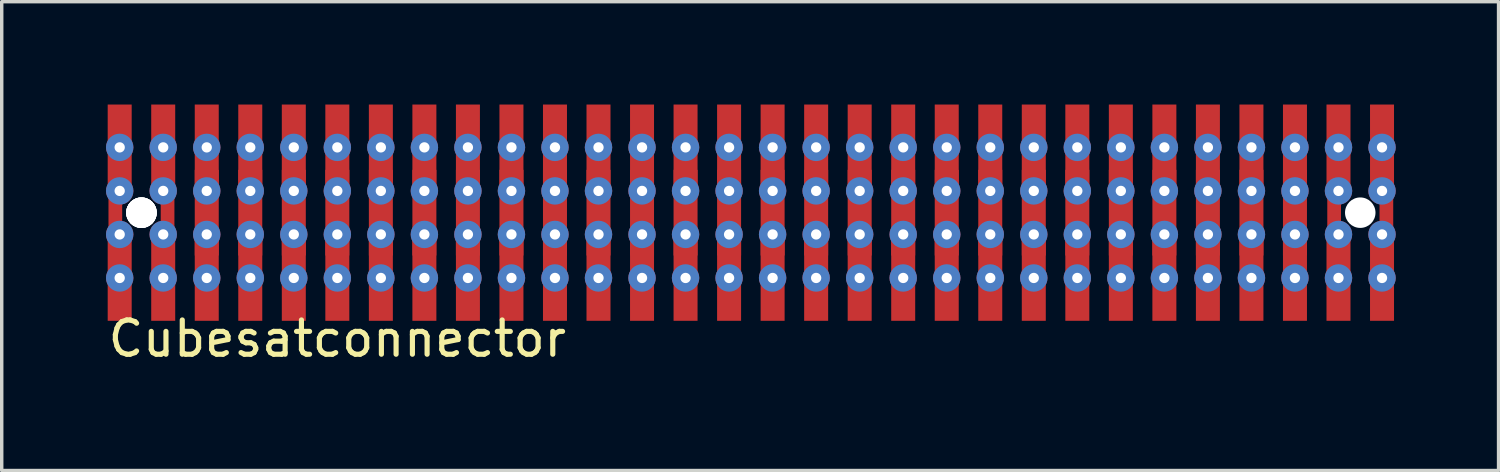
<source format=kicad_pcb>
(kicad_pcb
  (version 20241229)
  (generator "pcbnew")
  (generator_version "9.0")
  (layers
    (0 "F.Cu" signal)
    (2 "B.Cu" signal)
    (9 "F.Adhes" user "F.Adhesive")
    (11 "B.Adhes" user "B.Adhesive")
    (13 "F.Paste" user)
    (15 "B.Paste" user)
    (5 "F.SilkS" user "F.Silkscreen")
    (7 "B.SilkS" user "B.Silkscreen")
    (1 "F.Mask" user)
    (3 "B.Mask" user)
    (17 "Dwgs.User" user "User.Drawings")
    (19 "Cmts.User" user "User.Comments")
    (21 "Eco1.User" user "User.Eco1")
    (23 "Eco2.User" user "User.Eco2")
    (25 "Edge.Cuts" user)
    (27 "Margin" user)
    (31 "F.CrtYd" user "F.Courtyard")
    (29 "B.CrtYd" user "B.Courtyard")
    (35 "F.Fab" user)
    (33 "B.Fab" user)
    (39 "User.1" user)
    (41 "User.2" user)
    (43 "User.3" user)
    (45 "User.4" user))
  (footprint "Cubesatconnector"
    (layer "F.Cu")
    (at 18.857 3.028)
    (property "Reference" "Cubesatconnector" (at -12.065 3.802 0) (layer "F.SilkS") (effects (font (size 1 1) (thickness 0.15))))
    (attr through_hole)
    (pad "" np_thru_hole circle (at -17.78 0.127) (size 0.889 0.889) (drill 0.889) (layers "*.Cu" "*.Mask"))
    (pad "" np_thru_hole circle (at -17.78 0.127) (size 0.889 0.889) (drill 0.889) (layers "*.Cu" "*.Mask"))
    (pad "" np_thru_hole circle (at -17.78 0.127) (size 0.889 0.889) (drill 0.889) (layers "*.Cu" "*.Mask"))
    (pad "" np_thru_hole circle (at -17.78 0.127) (size 0.889 0.889) (drill 0.889) (layers "*.Cu" "*.Mask"))
    (pad "" np_thru_hole circle (at 17.78 0.127) (size 0.889 0.889) (drill 0.889) (layers "*.Cu" "*.Mask"))
    (pad "1" smd rect (at -18.542 0.127) (size 0.4 2.5) (layers "F.Cu" "F.Mask" "F.Paste"))
    (pad "1" smd rect (at -18.415 -1.778) (size 0.7 2.5) (layers "F.Cu" "F.Mask" "F.Paste"))
    (pad "1" thru_hole circle (at -18.415 -1.778) (size 0.8 0.8) (drill 0.3) (layers "*.Cu" "*.Mask"))
    (pad "1" thru_hole circle (at -18.415 -0.508) (size 0.8 0.8) (drill 0.3) (layers "*.Cu" "*.Mask"))
    (pad "1" thru_hole circle (at -18.415 0.762) (size 0.8 0.8) (drill 0.3) (layers "*.Cu" "*.Mask"))
    (pad "1" smd rect (at -18.415 2.032) (size 0.7 2.5) (layers "F.Cu" "F.Mask" "F.Paste"))
    (pad "1" thru_hole circle (at -18.415 2.032) (size 0.8 0.8) (drill 0.3) (layers "*.Cu" "*.Mask"))
    (pad "2" smd rect (at -17.145 -1.778) (size 0.7 2.5) (layers "F.Cu" "F.Mask" "F.Paste"))
    (pad "2" thru_hole circle (at -17.145 -1.778) (size 0.8 0.8) (drill 0.3) (layers "*.Cu" "*.Mask"))
    (pad "2" thru_hole circle (at -17.145 -0.508) (size 0.8 0.8) (drill 0.3) (layers "*.Cu" "*.Mask"))
    (pad "2" thru_hole circle (at -17.145 0.762) (size 0.8 0.8) (drill 0.3) (layers "*.Cu" "*.Mask"))
    (pad "2" smd rect (at -17.145 2.032) (size 0.7 2.5) (layers "F.Cu" "F.Mask" "F.Paste"))
    (pad "2" thru_hole circle (at -17.145 2.032) (size 0.8 0.8) (drill 0.3) (layers "*.Cu" "*.Mask"))
    (pad "2" smd rect (at -17.018 0.254) (size 0.4 2.5) (layers "F.Cu" "F.Mask" "F.Paste"))
    (pad "3" smd rect (at -15.875 -1.778) (size 0.7 2.5) (layers "F.Cu" "F.Mask" "F.Paste"))
    (pad "3" thru_hole circle (at -15.875 -1.778) (size 0.8 0.8) (drill 0.3) (layers "*.Cu" "*.Mask"))
    (pad "3" thru_hole circle (at -15.875 -0.508) (size 0.8 0.8) (drill 0.3) (layers "*.Cu" "*.Mask"))
    (pad "3" smd rect (at -15.875 0.127) (size 0.7 2.5) (layers "F.Cu" "F.Mask" "F.Paste"))
    (pad "3" thru_hole circle (at -15.875 0.762) (size 0.8 0.8) (drill 0.3) (layers "*.Cu" "*.Mask"))
    (pad "3" smd rect (at -15.875 2.032) (size 0.7 2.5) (layers "F.Cu" "F.Mask" "F.Paste"))
    (pad "3" thru_hole circle (at -15.875 2.032) (size 0.8 0.8) (drill 0.3) (layers "*.Cu" "*.Mask"))
    (pad "4" smd rect (at -14.605 -1.778) (size 0.7 2.5) (layers "F.Cu" "F.Mask" "F.Paste"))
    (pad "4" thru_hole circle (at -14.605 -1.778) (size 0.8 0.8) (drill 0.3) (layers "*.Cu" "*.Mask"))
    (pad "4" thru_hole circle (at -14.605 -0.508) (size 0.8 0.8) (drill 0.3) (layers "*.Cu" "*.Mask"))
    (pad "4" smd rect (at -14.605 0.127) (size 0.7 2.5) (layers "F.Cu" "F.Mask" "F.Paste"))
    (pad "4" thru_hole circle (at -14.605 0.762) (size 0.8 0.8) (drill 0.3) (layers "*.Cu" "*.Mask"))
    (pad "4" smd rect (at -14.605 2.032) (size 0.7 2.5) (layers "F.Cu" "F.Mask" "F.Paste"))
    (pad "4" thru_hole circle (at -14.605 2.032) (size 0.8 0.8) (drill 0.3) (layers "*.Cu" "*.Mask"))
    (pad "5" smd rect (at -13.335 -1.778) (size 0.7 2.5) (layers "F.Cu" "F.Mask" "F.Paste"))
    (pad "5" thru_hole circle (at -13.335 -1.778) (size 0.8 0.8) (drill 0.3) (layers "*.Cu" "*.Mask"))
    (pad "5" thru_hole circle (at -13.335 -0.508) (size 0.8 0.8) (drill 0.3) (layers "*.Cu" "*.Mask"))
    (pad "5" smd rect (at -13.335 0.127) (size 0.7 2.5) (layers "F.Cu" "F.Mask" "F.Paste"))
    (pad "5" thru_hole circle (at -13.335 0.762) (size 0.8 0.8) (drill 0.3) (layers "*.Cu" "*.Mask"))
    (pad "5" smd rect (at -13.335 2.032) (size 0.7 2.5) (layers "F.Cu" "F.Mask" "F.Paste"))
    (pad "5" thru_hole circle (at -13.335 2.032) (size 0.8 0.8) (drill 0.3) (layers "*.Cu" "*.Mask"))
    (pad "6" smd rect (at -12.065 -1.778) (size 0.7 2.5) (layers "F.Cu" "F.Mask" "F.Paste"))
    (pad "6" thru_hole circle (at -12.065 -1.778) (size 0.8 0.8) (drill 0.3) (layers "*.Cu" "*.Mask"))
    (pad "6" thru_hole circle (at -12.065 -0.508) (size 0.8 0.8) (drill 0.3) (layers "*.Cu" "*.Mask"))
    (pad "6" smd rect (at -12.065 0.127) (size 0.7 2.5) (layers "F.Cu" "F.Mask" "F.Paste"))
    (pad "6" thru_hole circle (at -12.065 0.762) (size 0.8 0.8) (drill 0.3) (layers "*.Cu" "*.Mask"))
    (pad "6" smd rect (at -12.065 2.032) (size 0.7 2.5) (layers "F.Cu" "F.Mask" "F.Paste"))
    (pad "6" thru_hole circle (at -12.065 2.032) (size 0.8 0.8) (drill 0.3) (layers "*.Cu" "*.Mask"))
    (pad "7" smd rect (at -10.795 -1.778) (size 0.7 2.5) (layers "F.Cu" "F.Mask" "F.Paste"))
    (pad "7" thru_hole circle (at -10.795 -1.778) (size 0.8 0.8) (drill 0.3) (layers "*.Cu" "*.Mask"))
    (pad "7" thru_hole circle (at -10.795 -0.508) (size 0.8 0.8) (drill 0.3) (layers "*.Cu" "*.Mask"))
    (pad "7" smd rect (at -10.795 0.127) (size 0.7 2.5) (layers "F.Cu" "F.Mask" "F.Paste"))
    (pad "7" thru_hole circle (at -10.795 0.762) (size 0.8 0.8) (drill 0.3) (layers "*.Cu" "*.Mask"))
    (pad "7" smd rect (at -10.795 2.032) (size 0.7 2.5) (layers "F.Cu" "F.Mask" "F.Paste"))
    (pad "7" thru_hole circle (at -10.795 2.032) (size 0.8 0.8) (drill 0.3) (layers "*.Cu" "*.Mask"))
    (pad "8" smd rect (at -9.525 -1.778) (size 0.7 2.5) (layers "F.Cu" "F.Mask" "F.Paste"))
    (pad "8" thru_hole circle (at -9.525 -1.778) (size 0.8 0.8) (drill 0.3) (layers "*.Cu" "*.Mask"))
    (pad "8" thru_hole circle (at -9.525 -0.508) (size 0.8 0.8) (drill 0.3) (layers "*.Cu" "*.Mask"))
    (pad "8" smd rect (at -9.525 0.127) (size 0.7 2.5) (layers "F.Cu" "F.Mask" "F.Paste"))
    (pad "8" thru_hole circle (at -9.525 0.762) (size 0.8 0.8) (drill 0.3) (layers "*.Cu" "*.Mask"))
    (pad "8" smd rect (at -9.525 2.032) (size 0.7 2.5) (layers "F.Cu" "F.Mask" "F.Paste"))
    (pad "8" thru_hole circle (at -9.525 2.032) (size 0.8 0.8) (drill 0.3) (layers "*.Cu" "*.Mask"))
    (pad "9" smd rect (at -8.255 -1.778) (size 0.7 2.5) (layers "F.Cu" "F.Mask" "F.Paste"))
    (pad "9" thru_hole circle (at -8.255 -1.778) (size 0.8 0.8) (drill 0.3) (layers "*.Cu" "*.Mask"))
    (pad "9" thru_hole circle (at -8.255 -0.508) (size 0.8 0.8) (drill 0.3) (layers "*.Cu" "*.Mask"))
    (pad "9" smd rect (at -8.255 0.127) (size 0.7 2.5) (layers "F.Cu" "F.Mask" "F.Paste"))
    (pad "9" thru_hole circle (at -8.255 0.762) (size 0.8 0.8) (drill 0.3) (layers "*.Cu" "*.Mask"))
    (pad "9" smd rect (at -8.255 2.032) (size 0.7 2.5) (layers "F.Cu" "F.Mask" "F.Paste"))
    (pad "9" thru_hole circle (at -8.255 2.032) (size 0.8 0.8) (drill 0.3) (layers "*.Cu" "*.Mask"))
    (pad "10" smd rect (at -6.985 -1.778) (size 0.7 2.5) (layers "F.Cu" "F.Mask" "F.Paste"))
    (pad "10" thru_hole circle (at -6.985 -1.778) (size 0.8 0.8) (drill 0.3) (layers "*.Cu" "*.Mask"))
    (pad "10" thru_hole circle (at -6.985 -0.508) (size 0.8 0.8) (drill 0.3) (layers "*.Cu" "*.Mask"))
    (pad "10" smd rect (at -6.985 0.127) (size 0.7 2.5) (layers "F.Cu" "F.Mask" "F.Paste"))
    (pad "10" thru_hole circle (at -6.985 0.762) (size 0.8 0.8) (drill 0.3) (layers "*.Cu" "*.Mask"))
    (pad "10" smd rect (at -6.985 2.032) (size 0.7 2.5) (layers "F.Cu" "F.Mask" "F.Paste"))
    (pad "10" thru_hole circle (at -6.985 2.032) (size 0.8 0.8) (drill 0.3) (layers "*.Cu" "*.Mask"))
    (pad "11" smd rect (at -5.715 -1.778) (size 0.7 2.5) (layers "F.Cu" "F.Mask" "F.Paste"))
    (pad "11" thru_hole circle (at -5.715 -1.778) (size 0.8 0.8) (drill 0.3) (layers "*.Cu" "*.Mask"))
    (pad "11" thru_hole circle (at -5.715 -0.508) (size 0.8 0.8) (drill 0.3) (layers "*.Cu" "*.Mask"))
    (pad "11" smd rect (at -5.715 0.127) (size 0.7 2.5) (layers "F.Cu" "F.Mask" "F.Paste"))
    (pad "11" thru_hole circle (at -5.715 0.762) (size 0.8 0.8) (drill 0.3) (layers "*.Cu" "*.Mask"))
    (pad "11" smd rect (at -5.715 2.032) (size 0.7 2.5) (layers "F.Cu" "F.Mask" "F.Paste"))
    (pad "11" thru_hole circle (at -5.715 2.032) (size 0.8 0.8) (drill 0.3) (layers "*.Cu" "*.Mask"))
    (pad "12" smd rect (at -4.445 -1.778) (size 0.7 2.5) (layers "F.Cu" "F.Mask" "F.Paste"))
    (pad "12" thru_hole circle (at -4.445 -1.778) (size 0.8 0.8) (drill 0.3) (layers "*.Cu" "*.Mask"))
    (pad "12" thru_hole circle (at -4.445 -0.508) (size 0.8 0.8) (drill 0.3) (layers "*.Cu" "*.Mask"))
    (pad "12" smd rect (at -4.445 0.127) (size 0.7 2.5) (layers "F.Cu" "F.Mask" "F.Paste"))
    (pad "12" thru_hole circle (at -4.445 0.762) (size 0.8 0.8) (drill 0.3) (layers "*.Cu" "*.Mask"))
    (pad "12" smd rect (at -4.445 2.032) (size 0.7 2.5) (layers "F.Cu" "F.Mask" "F.Paste"))
    (pad "12" thru_hole circle (at -4.445 2.032) (size 0.8 0.8) (drill 0.3) (layers "*.Cu" "*.Mask"))
    (pad "13" smd rect (at -3.175 -1.778) (size 0.7 2.5) (layers "F.Cu" "F.Mask" "F.Paste"))
    (pad "13" thru_hole circle (at -3.175 -1.778) (size 0.8 0.8) (drill 0.3) (layers "*.Cu" "*.Mask"))
    (pad "13" thru_hole circle (at -3.175 -0.508) (size 0.8 0.8) (drill 0.3) (layers "*.Cu" "*.Mask"))
    (pad "13" smd rect (at -3.175 0.127) (size 0.7 2.5) (layers "F.Cu" "F.Mask" "F.Paste"))
    (pad "13" thru_hole circle (at -3.175 0.762) (size 0.8 0.8) (drill 0.3) (layers "*.Cu" "*.Mask"))
    (pad "13" smd rect (at -3.175 2.032) (size 0.7 2.5) (layers "F.Cu" "F.Mask" "F.Paste"))
    (pad "13" thru_hole circle (at -3.175 2.032) (size 0.8 0.8) (drill 0.3) (layers "*.Cu" "*.Mask"))
    (pad "14" smd rect (at -1.905 -1.778) (size 0.7 2.5) (layers "F.Cu" "F.Mask" "F.Paste"))
    (pad "14" thru_hole circle (at -1.905 -1.778) (size 0.8 0.8) (drill 0.3) (layers "*.Cu" "*.Mask"))
    (pad "14" thru_hole circle (at -1.905 -0.508) (size 0.8 0.8) (drill 0.3) (layers "*.Cu" "*.Mask"))
    (pad "14" smd rect (at -1.905 0.127) (size 0.7 2.5) (layers "F.Cu" "F.Mask" "F.Paste"))
    (pad "14" thru_hole circle (at -1.905 0.762) (size 0.8 0.8) (drill 0.3) (layers "*.Cu" "*.Mask"))
    (pad "14" smd rect (at -1.905 2.032) (size 0.7 2.5) (layers "F.Cu" "F.Mask" "F.Paste"))
    (pad "14" thru_hole circle (at -1.905 2.032) (size 0.8 0.8) (drill 0.3) (layers "*.Cu" "*.Mask"))
    (pad "15" smd rect (at -0.635 -1.778) (size 0.7 2.5) (layers "F.Cu" "F.Mask" "F.Paste"))
    (pad "15" thru_hole circle (at -0.635 -1.778) (size 0.8 0.8) (drill 0.3) (layers "*.Cu" "*.Mask"))
    (pad "15" thru_hole circle (at -0.635 -0.508) (size 0.8 0.8) (drill 0.3) (layers "*.Cu" "*.Mask"))
    (pad "15" smd rect (at -0.635 0.127) (size 0.7 2.5) (layers "F.Cu" "F.Mask" "F.Paste"))
    (pad "15" thru_hole circle (at -0.635 0.762) (size 0.8 0.8) (drill 0.3) (layers "*.Cu" "*.Mask"))
    (pad "15" smd rect (at -0.635 2.032) (size 0.7 2.5) (layers "F.Cu" "F.Mask" "F.Paste"))
    (pad "15" thru_hole circle (at -0.635 2.032) (size 0.8 0.8) (drill 0.3) (layers "*.Cu" "*.Mask"))
    (pad "16" smd rect (at 0.635 -1.778) (size 0.7 2.5) (layers "F.Cu" "F.Mask" "F.Paste"))
    (pad "16" thru_hole circle (at 0.635 -1.778) (size 0.8 0.8) (drill 0.3) (layers "*.Cu" "*.Mask"))
    (pad "16" thru_hole circle (at 0.635 -0.508) (size 0.8 0.8) (drill 0.3) (layers "*.Cu" "*.Mask"))
    (pad "16" smd rect (at 0.635 0.127) (size 0.7 2.5) (layers "F.Cu" "F.Mask" "F.Paste"))
    (pad "16" thru_hole circle (at 0.635 0.762) (size 0.8 0.8) (drill 0.3) (layers "*.Cu" "*.Mask"))
    (pad "16" smd rect (at 0.635 2.032) (size 0.7 2.5) (layers "F.Cu" "F.Mask" "F.Paste"))
    (pad "16" thru_hole circle (at 0.635 2.032) (size 0.8 0.8) (drill 0.3) (layers "*.Cu" "*.Mask"))
    (pad "17" smd rect (at 1.905 -1.778) (size 0.7 2.5) (layers "F.Cu" "F.Mask" "F.Paste"))
    (pad "17" thru_hole circle (at 1.905 -1.778) (size 0.8 0.8) (drill 0.3) (layers "*.Cu" "*.Mask"))
    (pad "17" thru_hole circle (at 1.905 -0.508) (size 0.8 0.8) (drill 0.3) (layers "*.Cu" "*.Mask"))
    (pad "17" smd rect (at 1.905 0.127) (size 0.7 2.5) (layers "F.Cu" "F.Mask" "F.Paste"))
    (pad "17" thru_hole circle (at 1.905 0.762 90) (size 0.8 0.8) (drill 0.3) (layers "*.Cu" "*.Mask"))
    (pad "17" smd rect (at 1.905 2.032) (size 0.7 2.5) (layers "F.Cu" "F.Mask" "F.Paste"))
    (pad "17" thru_hole circle (at 1.905 2.032) (size 0.8 0.8) (drill 0.3) (layers "*.Cu" "*.Mask"))
    (pad "18" smd rect (at 3.175 -1.778) (size 0.7 2.5) (layers "F.Cu" "F.Mask" "F.Paste"))
    (pad "18" thru_hole circle (at 3.175 -1.778) (size 0.8 0.8) (drill 0.3) (layers "*.Cu" "*.Mask"))
    (pad "18" thru_hole circle (at 3.175 -0.508) (size 0.8 0.8) (drill 0.3) (layers "*.Cu" "*.Mask"))
    (pad "18" smd rect (at 3.175 0.127) (size 0.7 2.5) (layers "F.Cu" "F.Mask" "F.Paste"))
    (pad "18" thru_hole circle (at 3.175 0.762) (size 0.8 0.8) (drill 0.3) (layers "*.Cu" "*.Mask"))
    (pad "18" smd rect (at 3.175 2.032) (size 0.7 2.5) (layers "F.Cu" "F.Mask" "F.Paste"))
    (pad "18" thru_hole circle (at 3.175 2.032) (size 0.8 0.8) (drill 0.3) (layers "*.Cu" "*.Mask"))
    (pad "19" smd rect (at 4.445 -1.778) (size 0.7 2.5) (layers "F.Cu" "F.Mask" "F.Paste"))
    (pad "19" thru_hole circle (at 4.445 -1.778) (size 0.8 0.8) (drill 0.3) (layers "*.Cu" "*.Mask"))
    (pad "19" thru_hole circle (at 4.445 -0.508) (size 0.8 0.8) (drill 0.3) (layers "*.Cu" "*.Mask"))
    (pad "19" smd rect (at 4.445 0.127) (size 0.7 2.5) (layers "F.Cu" "F.Mask" "F.Paste"))
    (pad "19" thru_hole circle (at 4.445 0.762) (size 0.8 0.8) (drill 0.3) (layers "*.Cu" "*.Mask"))
    (pad "19" smd rect (at 4.445 2.032) (size 0.7 2.5) (layers "F.Cu" "F.Mask" "F.Paste"))
    (pad "19" thru_hole circle (at 4.445 2.032) (size 0.8 0.8) (drill 0.3) (layers "*.Cu" "*.Mask"))
    (pad "20" smd rect (at 5.715 -1.778) (size 0.7 2.5) (layers "F.Cu" "F.Mask" "F.Paste"))
    (pad "20" thru_hole circle (at 5.715 -1.778) (size 0.8 0.8) (drill 0.3) (layers "*.Cu" "*.Mask"))
    (pad "20" thru_hole circle (at 5.715 -0.508) (size 0.8 0.8) (drill 0.3) (layers "*.Cu" "*.Mask"))
    (pad "20" smd rect (at 5.715 0.127) (size 0.7 2.5) (layers "F.Cu" "F.Mask" "F.Paste"))
    (pad "20" thru_hole circle (at 5.715 0.762) (size 0.8 0.8) (drill 0.3) (layers "*.Cu" "*.Mask"))
    (pad "20" smd rect (at 5.715 2.032) (size 0.7 2.5) (layers "F.Cu" "F.Mask" "F.Paste"))
    (pad "20" thru_hole circle (at 5.715 2.032) (size 0.8 0.8) (drill 0.3) (layers "*.Cu" "*.Mask"))
    (pad "21" smd rect (at 6.985 -1.778) (size 0.7 2.5) (layers "F.Cu" "F.Mask" "F.Paste"))
    (pad "21" thru_hole circle (at 6.985 -1.778) (size 0.8 0.8) (drill 0.3) (layers "*.Cu" "*.Mask"))
    (pad "21" thru_hole circle (at 6.985 -0.508) (size 0.8 0.8) (drill 0.3) (layers "*.Cu" "*.Mask"))
    (pad "21" smd rect (at 6.985 0.127) (size 0.7 2.5) (layers "F.Cu" "F.Mask" "F.Paste"))
    (pad "21" thru_hole circle (at 6.985 0.762) (size 0.8 0.8) (drill 0.3) (layers "*.Cu" "*.Mask"))
    (pad "21" smd rect (at 6.985 2.032) (size 0.7 2.5) (layers "F.Cu" "F.Mask" "F.Paste"))
    (pad "21" thru_hole circle (at 6.985 2.032) (size 0.8 0.8) (drill 0.3) (layers "*.Cu" "*.Mask"))
    (pad "22" smd rect (at 8.255 -1.778) (size 0.7 2.5) (layers "F.Cu" "F.Mask" "F.Paste"))
    (pad "22" thru_hole circle (at 8.255 -1.778) (size 0.8 0.8) (drill 0.3) (layers "*.Cu" "*.Mask"))
    (pad "22" thru_hole circle (at 8.255 -0.508) (size 0.8 0.8) (drill 0.3) (layers "*.Cu" "*.Mask"))
    (pad "22" smd rect (at 8.255 0.127) (size 0.7 2.5) (layers "F.Cu" "F.Mask" "F.Paste"))
    (pad "22" thru_hole circle (at 8.255 0.762) (size 0.8 0.8) (drill 0.3) (layers "*.Cu" "*.Mask"))
    (pad "22" smd rect (at 8.255 2.032) (size 0.7 2.5) (layers "F.Cu" "F.Mask" "F.Paste"))
    (pad "22" thru_hole circle (at 8.255 2.032) (size 0.8 0.8) (drill 0.3) (layers "*.Cu" "*.Mask"))
    (pad "23" smd rect (at 9.525 -1.778) (size 0.7 2.5) (layers "F.Cu" "F.Mask" "F.Paste"))
    (pad "23" thru_hole circle (at 9.525 -1.778) (size 0.8 0.8) (drill 0.3) (layers "*.Cu" "*.Mask"))
    (pad "23" thru_hole circle (at 9.525 -0.508) (size 0.8 0.8) (drill 0.3) (layers "*.Cu" "*.Mask"))
    (pad "23" smd rect (at 9.525 0.127) (size 0.7 2.5) (layers "F.Cu" "F.Mask" "F.Paste"))
    (pad "23" thru_hole circle (at 9.525 0.762) (size 0.8 0.8) (drill 0.3) (layers "*.Cu" "*.Mask"))
    (pad "23" smd rect (at 9.525 2.032) (size 0.7 2.5) (layers "F.Cu" "F.Mask" "F.Paste"))
    (pad "23" thru_hole circle (at 9.525 2.032) (size 0.8 0.8) (drill 0.3) (layers "*.Cu" "*.Mask"))
    (pad "24" smd rect (at 10.795 -1.778) (size 0.7 2.5) (layers "F.Cu" "F.Mask" "F.Paste"))
    (pad "24" thru_hole circle (at 10.795 -1.778) (size 0.8 0.8) (drill 0.3) (layers "*.Cu" "*.Mask"))
    (pad "24" thru_hole circle (at 10.795 -0.508) (size 0.8 0.8) (drill 0.3) (layers "*.Cu" "*.Mask"))
    (pad "24" smd rect (at 10.795 0.127) (size 0.7 2.5) (layers "F.Cu" "F.Mask" "F.Paste"))
    (pad "24" thru_hole circle (at 10.795 0.762) (size 0.8 0.8) (drill 0.3) (layers "*.Cu" "*.Mask"))
    (pad "24" smd rect (at 10.795 2.032) (size 0.7 2.5) (layers "F.Cu" "F.Mask" "F.Paste"))
    (pad "24" thru_hole circle (at 10.795 2.032) (size 0.8 0.8) (drill 0.3) (layers "*.Cu" "*.Mask"))
    (pad "25" smd rect (at 12.065 -1.778) (size 0.7 2.5) (layers "F.Cu" "F.Mask" "F.Paste"))
    (pad "25" thru_hole circle (at 12.065 -1.778) (size 0.8 0.8) (drill 0.3) (layers "*.Cu" "*.Mask"))
    (pad "25" thru_hole circle (at 12.065 -0.508) (size 0.8 0.8) (drill 0.3) (layers "*.Cu" "*.Mask"))
    (pad "25" smd rect (at 12.065 0.127) (size 0.7 2.5) (layers "F.Cu" "F.Mask" "F.Paste"))
    (pad "25" thru_hole circle (at 12.065 0.762) (size 0.8 0.8) (drill 0.3) (layers "*.Cu" "*.Mask"))
    (pad "25" smd rect (at 12.065 2.032) (size 0.7 2.5) (layers "F.Cu" "F.Mask" "F.Paste"))
    (pad "25" thru_hole circle (at 12.065 2.032) (size 0.8 0.8) (drill 0.3) (layers "*.Cu" "*.Mask"))
    (pad "26" smd rect (at 13.335 -1.778) (size 0.7 2.5) (layers "F.Cu" "F.Mask" "F.Paste"))
    (pad "26" thru_hole circle (at 13.335 -1.778) (size 0.8 0.8) (drill 0.3) (layers "*.Cu" "*.Mask"))
    (pad "26" thru_hole circle (at 13.335 -0.508) (size 0.8 0.8) (drill 0.3) (layers "*.Cu" "*.Mask"))
    (pad "26" smd rect (at 13.335 0.127) (size 0.7 2.5) (layers "F.Cu" "F.Mask" "F.Paste"))
    (pad "26" thru_hole circle (at 13.335 0.762) (size 0.8 0.8) (drill 0.3) (layers "*.Cu" "*.Mask"))
    (pad "26" smd rect (at 13.335 2.032) (size 0.7 2.5) (layers "F.Cu" "F.Mask" "F.Paste"))
    (pad "26" thru_hole circle (at 13.335 2.032) (size 0.8 0.8) (drill 0.3) (layers "*.Cu" "*.Mask"))
    (pad "27" smd rect (at 14.605 -1.778) (size 0.7 2.5) (layers "F.Cu" "F.Mask" "F.Paste"))
    (pad "27" thru_hole circle (at 14.605 -1.778) (size 0.8 0.8) (drill 0.3) (layers "*.Cu" "*.Mask"))
    (pad "27" thru_hole circle (at 14.605 -0.508) (size 0.8 0.8) (drill 0.3) (layers "*.Cu" "*.Mask"))
    (pad "27" smd rect (at 14.605 0.127) (size 0.7 2.5) (layers "F.Cu" "F.Mask" "F.Paste"))
    (pad "27" thru_hole circle (at 14.605 0.762) (size 0.8 0.8) (drill 0.3) (layers "*.Cu" "*.Mask"))
    (pad "27" smd rect (at 14.605 2.032) (size 0.7 2.5) (layers "F.Cu" "F.Mask" "F.Paste"))
    (pad "27" thru_hole circle (at 14.605 2.032) (size 0.8 0.8) (drill 0.3) (layers "*.Cu" "*.Mask"))
    (pad "28" smd rect (at 15.875 -1.778) (size 0.7 2.5) (layers "F.Cu" "F.Mask" "F.Paste"))
    (pad "28" thru_hole circle (at 15.875 -1.778) (size 0.8 0.8) (drill 0.3) (layers "*.Cu" "*.Mask"))
    (pad "28" thru_hole circle (at 15.875 -0.508) (size 0.8 0.8) (drill 0.3) (layers "*.Cu" "*.Mask"))
    (pad "28" smd rect (at 15.875 0.127) (size 0.7 2.5) (layers "F.Cu" "F.Mask" "F.Paste"))
    (pad "28" thru_hole circle (at 15.875 0.762) (size 0.8 0.8) (drill 0.3) (layers "*.Cu" "*.Mask"))
    (pad "28" smd rect (at 15.875 2.032) (size 0.7 2.5) (layers "F.Cu" "F.Mask" "F.Paste"))
    (pad "28" thru_hole circle (at 15.875 2.032) (size 0.8 0.8) (drill 0.3) (layers "*.Cu" "*.Mask"))
    (pad "29" smd rect (at 17.018 0.254) (size 0.4 2.5) (layers "F.Cu" "F.Mask" "F.Paste"))
    (pad "29" smd rect (at 17.145 -1.778) (size 0.7 2.5) (layers "F.Cu" "F.Mask" "F.Paste"))
    (pad "29" thru_hole circle (at 17.145 -1.778) (size 0.8 0.8) (drill 0.3) (layers "*.Cu" "*.Mask"))
    (pad "29" thru_hole circle (at 17.145 -0.508) (size 0.8 0.8) (drill 0.3) (layers "*.Cu" "*.Mask"))
    (pad "29" thru_hole circle (at 17.145 0.762) (size 0.8 0.8) (drill 0.3) (layers "*.Cu" "*.Mask"))
    (pad "29" smd rect (at 17.145 2.032) (size 0.7 2.5) (layers "F.Cu" "F.Mask" "F.Paste"))
    (pad "29" thru_hole circle (at 17.145 2.032) (size 0.8 0.8) (drill 0.3) (layers "*.Cu" "*.Mask"))
    (pad "30" smd rect (at 18.415 -1.778) (size 0.7 2.5) (layers "F.Cu" "F.Mask" "F.Paste"))
    (pad "30" thru_hole circle (at 18.415 -1.778) (size 0.8 0.8) (drill 0.3) (layers "*.Cu" "*.Mask"))
    (pad "30" thru_hole circle (at 18.415 -0.508) (size 0.8 0.8) (drill 0.3) (layers "*.Cu" "*.Mask"))
    (pad "30" thru_hole circle (at 18.415 0.762) (size 0.8 0.8) (drill 0.3) (layers "*.Cu" "*.Mask"))
    (pad "30" smd rect (at 18.415 2.032) (size 0.7 2.5) (layers "F.Cu" "F.Mask" "F.Paste"))
    (pad "30" thru_hole circle (at 18.415 2.032) (size 0.8 0.8) (drill 0.3) (layers "*.Cu" "*.Mask"))
    (pad "30" smd rect (at 18.542 0.254) (size 0.4 2.5) (layers "F.Cu" "F.Mask" "F.Paste")))
  (gr_rect
    (start -3 -3)
    (end 40.672 10.678)
    (stroke (width 0.1) (type default))
    (fill no)
    (layer "Edge.Cuts")))
</source>
